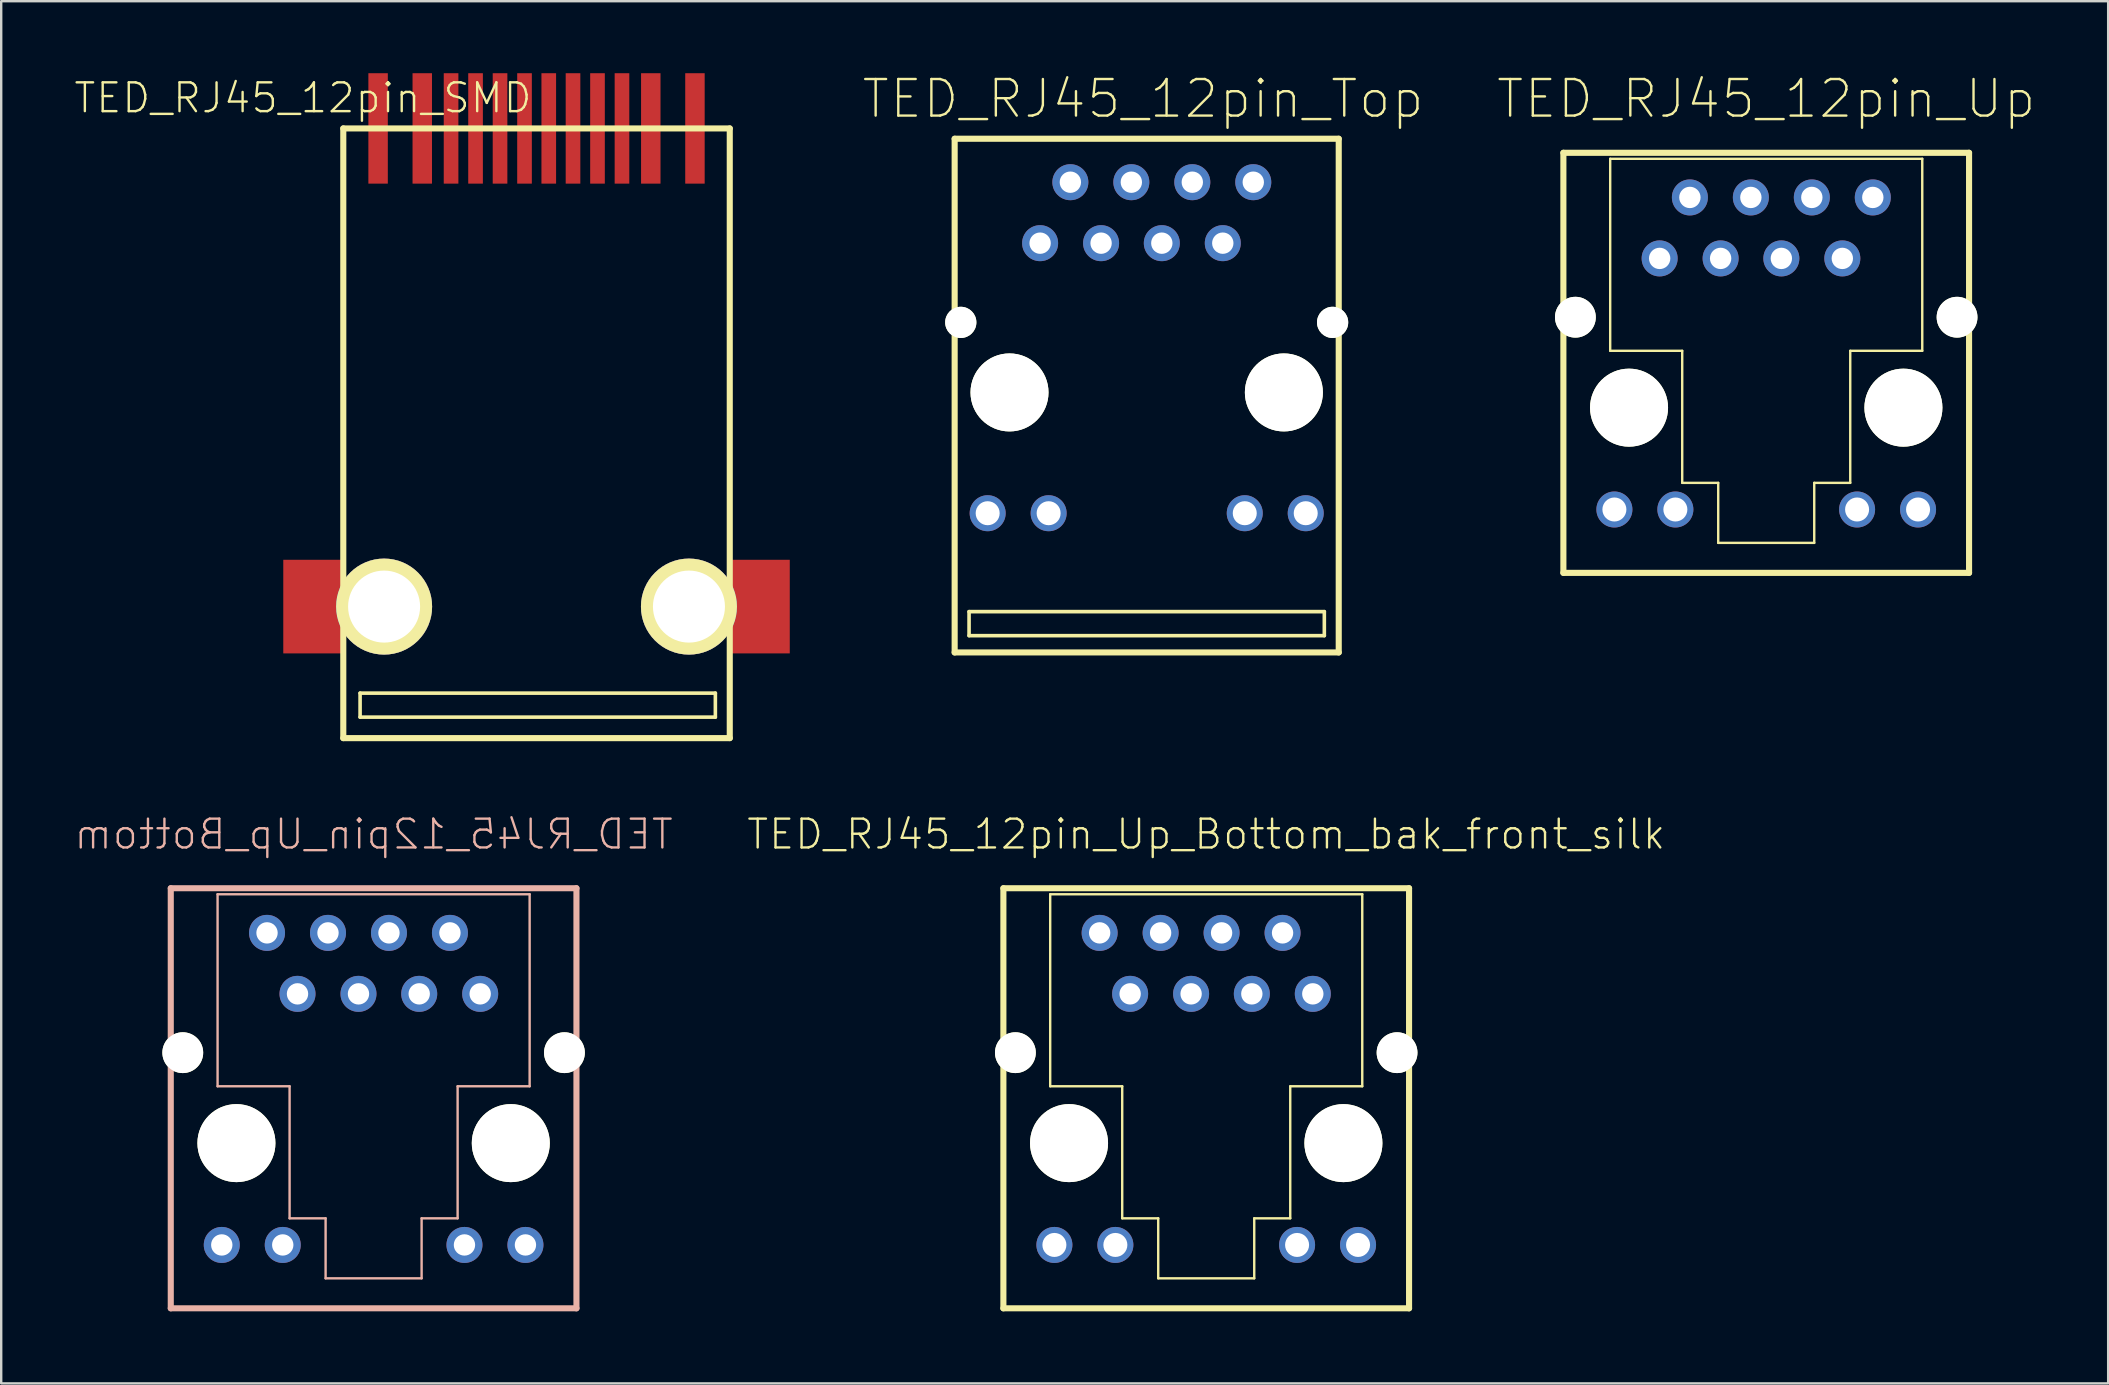
<source format=kicad_pcb>
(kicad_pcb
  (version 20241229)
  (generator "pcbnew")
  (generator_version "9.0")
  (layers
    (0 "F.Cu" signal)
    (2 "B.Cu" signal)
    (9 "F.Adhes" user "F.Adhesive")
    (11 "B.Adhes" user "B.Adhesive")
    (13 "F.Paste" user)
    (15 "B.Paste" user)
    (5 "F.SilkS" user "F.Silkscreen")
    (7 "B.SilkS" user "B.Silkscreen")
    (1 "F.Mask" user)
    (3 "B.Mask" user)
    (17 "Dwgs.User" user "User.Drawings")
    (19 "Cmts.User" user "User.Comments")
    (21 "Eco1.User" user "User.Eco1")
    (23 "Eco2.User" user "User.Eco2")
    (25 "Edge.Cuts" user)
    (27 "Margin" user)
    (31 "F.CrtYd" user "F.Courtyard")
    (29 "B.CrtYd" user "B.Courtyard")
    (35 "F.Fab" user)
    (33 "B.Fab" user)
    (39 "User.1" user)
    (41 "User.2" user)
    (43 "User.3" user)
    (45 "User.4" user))
  (footprint "TED_RJ45_12pin_SMD"
    (layer "F.Cu")
    (at 19.301 15)
    (property "Reference" "TED_RJ45_12pin_SMD" (at -9.73 -13.97 0) (layer "F.SilkS") (effects (font (size 1.2 1.2) (thickness 0.099))))
    (attr through_hole)
    (fp_line (start -8.05 -12.7) (end 8.05 -12.7) (stroke (width 0.254) (type solid)) (layer "F.SilkS"))
    (fp_line (start -8.05 12.7) (end -8.05 -12.7) (stroke (width 0.254) (type solid)) (layer "F.SilkS"))
    (fp_line (start -7.35 10.825) (end -7.35 11.825) (stroke (width 0.15) (type solid)) (layer "F.SilkS"))
    (fp_line (start -7.35 11.825) (end 7.45 11.825) (stroke (width 0.15) (type solid)) (layer "F.SilkS"))
    (fp_line (start 7.45 10.825) (end -7.35 10.825) (stroke (width 0.15) (type solid)) (layer "F.SilkS"))
    (fp_line (start 7.45 11.825) (end 7.45 10.825) (stroke (width 0.15) (type solid)) (layer "F.SilkS"))
    (fp_line (start 8.05 -12.7) (end 8.05 12.7) (stroke (width 0.254) (type solid)) (layer "F.SilkS"))
    (fp_line (start 8.05 12.7) (end -8.05 12.7) (stroke (width 0.254) (type solid)) (layer "F.SilkS"))
    (pad "" connect rect (at -9.3 7.22) (size 2.5 3.9) (layers "F.Cu" "F.Mask" "F.Paste"))
    (pad "" np_thru_hole circle (at -6.35 7.22) (size 4 4) (drill 3) (layers "*.Cu" "*.Mask" "F.SilkS"))
    (pad "" np_thru_hole circle (at 6.35 7.22) (size 4 4) (drill 3) (layers "*.Cu" "*.Mask" "F.SilkS"))
    (pad "" connect rect (at 9.3 7.22) (size 2.5 3.9) (layers "F.Cu" "F.Mask" "F.Paste"))
    (pad "1" smd rect (at 6.6 -12.7) (size 0.81 4.6) (layers "F.Cu" "F.Mask" "F.Paste"))
    (pad "2" smd rect (at 4.76 -12.7) (size 0.81 4.6) (layers "F.Cu" "F.Mask" "F.Paste"))
    (pad "3" smd rect (at 3.56 -12.7) (size 0.61 4.6) (layers "F.Cu" "F.Mask" "F.Paste"))
    (pad "4" smd rect (at 2.54 -12.7) (size 0.61 4.6) (layers "F.Cu" "F.Mask" "F.Paste"))
    (pad "5" smd rect (at 1.52 -12.7) (size 0.61 4.6) (layers "F.Cu" "F.Mask" "F.Paste"))
    (pad "6" smd rect (at 0.51 -12.7) (size 0.61 4.6) (layers "F.Cu" "F.Mask" "F.Paste"))
    (pad "7" smd rect (at -0.5 -12.7) (size 0.61 4.6) (layers "F.Cu" "F.Mask" "F.Paste"))
    (pad "8" smd rect (at -1.52 -12.7) (size 0.61 4.6) (layers "F.Cu" "F.Mask" "F.Paste"))
    (pad "9" smd rect (at -2.54 -12.7) (size 0.61 4.6) (layers "F.Cu" "F.Mask" "F.Paste"))
    (pad "10" smd rect (at -3.56 -12.7) (size 0.61 4.6) (layers "F.Cu" "F.Mask" "F.Paste"))
    (pad "11" smd rect (at -4.76 -12.7) (size 0.81 4.6) (layers "F.Cu" "F.Mask" "F.Paste"))
    (pad "12" smd rect (at -6.6 -12.7) (size 0.81 4.6) (layers "F.Cu" "F.Mask" "F.Paste")))
  (footprint "TED_RJ45_12pin_Up_Bottom_bak_front_silk"
    (layer "F.Cu")
    (at 47.2 44.703)
    (property "Reference" "TED_RJ45_12pin_Up_Bottom_bak_front_silk" (at 0 -13 0) (layer "F.SilkS") (effects (font (size 1.2 1.2) (thickness 0.099))))
    (attr through_hole)
    (fp_line (start -8.45 -10.75) (end 8.45 -10.75) (stroke (width 0.254) (type solid)) (layer "F.SilkS"))
    (fp_line (start -8.45 6.75) (end -8.45 -10.75) (stroke (width 0.254) (type solid)) (layer "F.SilkS"))
    (fp_line (start -6.5 -10.5) (end -6.5 -2.5) (stroke (width 0.1) (type solid)) (layer "F.SilkS"))
    (fp_line (start -6.5 -2.5) (end -3.5 -2.5) (stroke (width 0.1) (type solid)) (layer "F.SilkS"))
    (fp_line (start -3.5 -2.5) (end -3.5 3) (stroke (width 0.1) (type solid)) (layer "F.SilkS"))
    (fp_line (start -3.5 3) (end -2 3) (stroke (width 0.1) (type solid)) (layer "F.SilkS"))
    (fp_line (start -2 3) (end -2 5.5) (stroke (width 0.1) (type solid)) (layer "F.SilkS"))
    (fp_line (start -2 5.5) (end 2 5.5) (stroke (width 0.1) (type solid)) (layer "F.SilkS"))
    (fp_line (start 2 3) (end 3.5 3) (stroke (width 0.1) (type solid)) (layer "F.SilkS"))
    (fp_line (start 2 5.5) (end 2 3) (stroke (width 0.1) (type solid)) (layer "F.SilkS"))
    (fp_line (start 3.5 -2.5) (end 6.5 -2.5) (stroke (width 0.1) (type solid)) (layer "F.SilkS"))
    (fp_line (start 3.5 3) (end 3.5 -2.5) (stroke (width 0.1) (type solid)) (layer "F.SilkS"))
    (fp_line (start 6.5 -10.5) (end -6.5 -10.5) (stroke (width 0.1) (type solid)) (layer "F.SilkS"))
    (fp_line (start 6.5 -2.5) (end 6.5 -10.5) (stroke (width 0.1) (type solid)) (layer "F.SilkS"))
    (fp_line (start 8.45 -10.75) (end 8.45 6.75) (stroke (width 0.254) (type solid)) (layer "F.SilkS"))
    (fp_line (start 8.45 6.75) (end -8.45 6.75) (stroke (width 0.254) (type solid)) (layer "F.SilkS"))
    (pad "" np_thru_hole circle (at -7.95 -3.9) (size 1.7 1.7) (drill 1.7) (layers "*.Mask" "B.Cu" "F.SilkS"))
    (pad "" np_thru_hole circle (at -5.715 -0.132) (size 3.25 3.25) (drill 3.25) (layers "*.Mask" "B.Cu" "F.SilkS"))
    (pad "" np_thru_hole circle (at 5.715 -0.132) (size 3.25 3.25) (drill 3.25) (layers "*.Mask" "B.Cu" "F.SilkS"))
    (pad "" np_thru_hole circle (at 7.95 -3.9) (size 1.7 1.7) (drill 1.7) (layers "*.Mask" "B.Cu" "F.SilkS"))
    (pad "1" thru_hole circle (at 4.44 -6.35) (size 1.5 1.5) (drill 0.89) (layers "*.Mask" "F.Cu" "F.Paste"))
    (pad "2" thru_hole circle (at 3.18 -8.89) (size 1.5 1.5) (drill 0.89) (layers "*.Mask" "F.Cu" "F.Paste"))
    (pad "3" thru_hole circle (at 1.9 -6.35) (size 1.5 1.5) (drill 0.89) (layers "*.Mask" "F.Cu" "F.Paste"))
    (pad "4" thru_hole circle (at 0.64 -8.89) (size 1.5 1.5) (drill 0.89) (layers "*.Mask" "F.Cu" "F.Paste"))
    (pad "5" thru_hole circle (at -0.63 -6.35) (size 1.5 1.5) (drill 0.89) (layers "*.Mask" "F.Cu" "F.Paste"))
    (pad "6" thru_hole circle (at -1.9 -8.89) (size 1.5 1.5) (drill 0.89) (layers "*.Mask" "F.Cu" "F.Paste"))
    (pad "7" thru_hole circle (at -3.17 -6.35) (size 1.5 1.5) (drill 0.89) (layers "*.Mask" "F.Cu" "F.Paste"))
    (pad "8" thru_hole circle (at -4.44 -8.89) (size 1.5 1.5) (drill 0.89) (layers "*.Mask" "F.Cu" "F.Paste"))
    (pad "9" thru_hole circle (at 6.325 4.11) (size 1.5 1.5) (drill 1) (layers "*.Mask" "F.Cu" "F.Paste"))
    (pad "10" thru_hole circle (at 3.785 4.11) (size 1.5 1.5) (drill 1) (layers "*.Mask" "F.Cu" "F.Paste"))
    (pad "11" thru_hole circle (at -3.785 4.11) (size 1.5 1.5) (drill 1) (layers "*.Mask" "F.Cu" "F.Paste"))
    (pad "12" thru_hole circle (at -6.325 4.11) (size 1.5 1.5) (drill 1) (layers "*.Mask" "F.Cu" "F.Paste")))
  (footprint "TED_RJ45_12pin_Top"
    (layer "F.Cu")
    (at 44.72 13.43)
    (property "Reference" "TED_RJ45_12pin_Top" (at -0.152 -12.365 0) (layer "F.SilkS") (effects (font (size 1.524 1.524) (thickness 0.099))))
    (attr through_hole)
    (fp_line (start -8 -10.7) (end 8 -10.7) (stroke (width 0.254) (type solid)) (layer "F.SilkS"))
    (fp_line (start -8 10.7) (end -8 -10.7) (stroke (width 0.254) (type solid)) (layer "F.SilkS"))
    (fp_line (start -7.4 9) (end -7.4 10) (stroke (width 0.15) (type solid)) (layer "F.SilkS"))
    (fp_line (start -7.4 10) (end 7.4 10) (stroke (width 0.15) (type solid)) (layer "F.SilkS"))
    (fp_line (start 7.4 9) (end -7.4 9) (stroke (width 0.15) (type solid)) (layer "F.SilkS"))
    (fp_line (start 7.4 10) (end 7.4 9) (stroke (width 0.15) (type solid)) (layer "F.SilkS"))
    (fp_line (start 8 -10.7) (end 8 10.7) (stroke (width 0.254) (type solid)) (layer "F.SilkS"))
    (fp_line (start 8 10.7) (end -8 10.7) (stroke (width 0.254) (type solid)) (layer "F.SilkS"))
    (pad "" np_thru_hole circle (at -7.745 -3.05) (size 1.3 1.3) (drill 1.3) (layers "*.Mask" "B.Cu" "F.SilkS"))
    (pad "" np_thru_hole circle (at -5.715 -0.132) (size 3.25 3.25) (drill 3.25) (layers "*.Mask" "B.Cu" "F.SilkS"))
    (pad "" np_thru_hole circle (at 5.715 -0.132) (size 3.25 3.25) (drill 3.25) (layers "*.Mask" "B.Cu" "F.SilkS"))
    (pad "" np_thru_hole circle (at 7.745 -3.05) (size 1.3 1.3) (drill 1.3) (layers "*.Mask" "B.Cu" "F.SilkS"))
    (pad "1" thru_hole circle (at -4.44 -6.35) (size 1.5 1.5) (drill 0.89) (layers "*.Mask" "B.Cu" "B.Paste"))
    (pad "2" thru_hole circle (at -3.18 -8.89) (size 1.5 1.5) (drill 0.89) (layers "*.Mask" "B.Cu" "B.Paste"))
    (pad "3" thru_hole circle (at -1.9 -6.35) (size 1.5 1.5) (drill 0.89) (layers "*.Mask" "B.Cu" "B.Paste"))
    (pad "4" thru_hole circle (at -0.64 -8.89) (size 1.5 1.5) (drill 0.89) (layers "*.Mask" "B.Cu" "B.Paste"))
    (pad "5" thru_hole circle (at 0.63 -6.35) (size 1.5 1.5) (drill 0.89) (layers "*.Mask" "B.Cu" "B.Paste"))
    (pad "6" thru_hole circle (at 1.9 -8.89) (size 1.5 1.5) (drill 0.89) (layers "*.Mask" "B.Cu" "B.Paste"))
    (pad "7" thru_hole circle (at 3.17 -6.35) (size 1.5 1.5) (drill 0.89) (layers "*.Mask" "B.Cu" "B.Paste"))
    (pad "8" thru_hole circle (at 4.44 -8.89) (size 1.5 1.5) (drill 0.89) (layers "*.Mask" "B.Cu" "B.Paste"))
    (pad "9" thru_hole circle (at -6.625 4.9) (size 1.5 1.5) (drill 1) (layers "*.Mask" "B.Cu" "B.Paste"))
    (pad "10" thru_hole circle (at -4.085 4.9) (size 1.5 1.5) (drill 1) (layers "*.Mask" "B.Cu" "B.Paste"))
    (pad "11" thru_hole circle (at 4.085 4.9) (size 1.5 1.5) (drill 1) (layers "*.Mask" "B.Cu" "B.Paste"))
    (pad "12" thru_hole circle (at 6.625 4.9) (size 1.5 1.5) (drill 1) (layers "*.Mask" "B.Cu" "B.Paste")))
  (footprint "TED_RJ45_12pin_Up"
    (layer "F.Cu")
    (at 70.529 14.065)
    (property "Reference" "TED_RJ45_12pin_Up" (at 0 -13 0) (layer "F.SilkS") (effects (font (size 1.524 1.524) (thickness 0.099))))
    (attr through_hole)
    (fp_line (start -8.45 -10.75) (end 8.45 -10.75) (stroke (width 0.254) (type solid)) (layer "F.SilkS"))
    (fp_line (start -8.45 6.75) (end -8.45 -10.75) (stroke (width 0.254) (type solid)) (layer "F.SilkS"))
    (fp_line (start -6.5 -10.5) (end -6.5 -2.5) (stroke (width 0.1) (type solid)) (layer "F.SilkS"))
    (fp_line (start -6.5 -2.5) (end -3.5 -2.5) (stroke (width 0.1) (type solid)) (layer "F.SilkS"))
    (fp_line (start -3.5 -2.5) (end -3.5 3) (stroke (width 0.1) (type solid)) (layer "F.SilkS"))
    (fp_line (start -3.5 3) (end -2 3) (stroke (width 0.1) (type solid)) (layer "F.SilkS"))
    (fp_line (start -2 3) (end -2 5.5) (stroke (width 0.1) (type solid)) (layer "F.SilkS"))
    (fp_line (start -2 5.5) (end 2 5.5) (stroke (width 0.1) (type solid)) (layer "F.SilkS"))
    (fp_line (start 2 3) (end 3.5 3) (stroke (width 0.1) (type solid)) (layer "F.SilkS"))
    (fp_line (start 2 5.5) (end 2 3) (stroke (width 0.1) (type solid)) (layer "F.SilkS"))
    (fp_line (start 3.5 -2.5) (end 6.5 -2.5) (stroke (width 0.1) (type solid)) (layer "F.SilkS"))
    (fp_line (start 3.5 3) (end 3.5 -2.5) (stroke (width 0.1) (type solid)) (layer "F.SilkS"))
    (fp_line (start 6.5 -10.5) (end -6.5 -10.5) (stroke (width 0.1) (type solid)) (layer "F.SilkS"))
    (fp_line (start 6.5 -2.5) (end 6.5 -10.5) (stroke (width 0.1) (type solid)) (layer "F.SilkS"))
    (fp_line (start 8.45 -10.75) (end 8.45 6.75) (stroke (width 0.254) (type solid)) (layer "F.SilkS"))
    (fp_line (start 8.45 6.75) (end -8.45 6.75) (stroke (width 0.254) (type solid)) (layer "F.SilkS"))
    (pad "" np_thru_hole circle (at -7.95 -3.9) (size 1.7 1.7) (drill 1.7) (layers "*.Mask" "B.Cu" "F.SilkS"))
    (pad "" np_thru_hole circle (at -5.715 -0.132) (size 3.25 3.25) (drill 3.25) (layers "*.Mask" "B.Cu" "F.SilkS"))
    (pad "" np_thru_hole circle (at 5.715 -0.132) (size 3.25 3.25) (drill 3.25) (layers "*.Mask" "B.Cu" "F.SilkS"))
    (pad "" np_thru_hole circle (at 7.95 -3.9) (size 1.7 1.7) (drill 1.7) (layers "*.Mask" "B.Cu" "F.SilkS"))
    (pad "1" thru_hole circle (at -4.44 -6.35) (size 1.5 1.5) (drill 0.89) (layers "*.Mask" "B.Cu"))
    (pad "2" thru_hole circle (at -3.18 -8.89) (size 1.5 1.5) (drill 0.89) (layers "*.Mask" "B.Cu"))
    (pad "3" thru_hole circle (at -1.9 -6.35) (size 1.5 1.5) (drill 0.89) (layers "*.Mask" "B.Cu"))
    (pad "4" thru_hole circle (at -0.64 -8.89) (size 1.5 1.5) (drill 0.89) (layers "*.Mask" "B.Cu"))
    (pad "5" thru_hole circle (at 0.63 -6.35) (size 1.5 1.5) (drill 0.89) (layers "*.Mask" "B.Cu"))
    (pad "6" thru_hole circle (at 1.9 -8.89) (size 1.5 1.5) (drill 0.89) (layers "*.Mask" "B.Cu"))
    (pad "7" thru_hole circle (at 3.17 -6.35) (size 1.5 1.5) (drill 0.89) (layers "*.Mask" "B.Cu"))
    (pad "8" thru_hole circle (at 4.44 -8.89) (size 1.5 1.5) (drill 0.89) (layers "*.Mask" "B.Cu"))
    (pad "9" thru_hole circle (at -6.325 4.11) (size 1.5 1.5) (drill 1) (layers "*.Mask" "B.Cu"))
    (pad "10" thru_hole circle (at -3.785 4.11) (size 1.5 1.5) (drill 1) (layers "*.Mask" "B.Cu"))
    (pad "11" thru_hole circle (at 3.785 4.11) (size 1.5 1.5) (drill 1) (layers "*.Mask" "B.Cu"))
    (pad "12" thru_hole circle (at 6.325 4.11) (size 1.5 1.5) (drill 1) (layers "*.Mask" "B.Cu")))
  (footprint "TED_RJ45_12pin_Up_Bottom"
    (layer "F.Cu")
    (at 12.514 44.703)
    (property "Reference" "TED_RJ45_12pin_Up_Bottom" (at 0 -13 0) (layer "B.SilkS") (effects (font (size 1.2 1.2) (thickness 0.099)) (justify mirror)))
    (attr through_hole)
    (fp_line (start -8.45 -10.75) (end 8.45 -10.75) (stroke (width 0.254) (type solid)) (layer "B.SilkS"))
    (fp_line (start -8.45 6.75) (end -8.45 -10.75) (stroke (width 0.254) (type solid)) (layer "B.SilkS"))
    (fp_line (start -6.5 -10.5) (end -6.5 -2.5) (stroke (width 0.1) (type solid)) (layer "B.SilkS"))
    (fp_line (start -6.5 -2.5) (end -3.5 -2.5) (stroke (width 0.1) (type solid)) (layer "B.SilkS"))
    (fp_line (start -3.5 -2.5) (end -3.5 3) (stroke (width 0.1) (type solid)) (layer "B.SilkS"))
    (fp_line (start -3.5 3) (end -2 3) (stroke (width 0.1) (type solid)) (layer "B.SilkS"))
    (fp_line (start -2 3) (end -2 5.5) (stroke (width 0.1) (type solid)) (layer "B.SilkS"))
    (fp_line (start -2 5.5) (end 2 5.5) (stroke (width 0.1) (type solid)) (layer "B.SilkS"))
    (fp_line (start 2 3) (end 3.5 3) (stroke (width 0.1) (type solid)) (layer "B.SilkS"))
    (fp_line (start 2 5.5) (end 2 3) (stroke (width 0.1) (type solid)) (layer "B.SilkS"))
    (fp_line (start 3.5 -2.5) (end 6.5 -2.5) (stroke (width 0.1) (type solid)) (layer "B.SilkS"))
    (fp_line (start 3.5 3) (end 3.5 -2.5) (stroke (width 0.1) (type solid)) (layer "B.SilkS"))
    (fp_line (start 6.5 -10.5) (end -6.5 -10.5) (stroke (width 0.1) (type solid)) (layer "B.SilkS"))
    (fp_line (start 6.5 -2.5) (end 6.5 -10.5) (stroke (width 0.1) (type solid)) (layer "B.SilkS"))
    (fp_line (start 8.45 -10.75) (end 8.45 6.75) (stroke (width 0.254) (type solid)) (layer "B.SilkS"))
    (fp_line (start 8.45 6.75) (end -8.45 6.75) (stroke (width 0.254) (type solid)) (layer "B.SilkS"))
    (pad "" np_thru_hole circle (at -7.95 -3.9) (size 1.7 1.7) (drill 1.7) (layers "*.Mask" "B.Cu" "F.SilkS"))
    (pad "" np_thru_hole circle (at -5.715 -0.132) (size 3.25 3.25) (drill 3.25) (layers "*.Mask" "B.Cu" "F.SilkS"))
    (pad "" np_thru_hole circle (at 5.715 -0.132) (size 3.25 3.25) (drill 3.25) (layers "*.Mask" "B.Cu" "F.SilkS"))
    (pad "" np_thru_hole circle (at 7.95 -3.9) (size 1.7 1.7) (drill 1.7) (layers "*.Mask" "B.Cu" "F.SilkS"))
    (pad "1" thru_hole circle (at 4.44 -6.35) (size 1.5 1.5) (drill 0.89) (layers "*.Mask" "F.Cu"))
    (pad "2" thru_hole circle (at 3.18 -8.89) (size 1.5 1.5) (drill 0.89) (layers "*.Mask" "F.Cu"))
    (pad "3" thru_hole circle (at 1.9 -6.35) (size 1.5 1.5) (drill 0.89) (layers "*.Mask" "F.Cu"))
    (pad "4" thru_hole circle (at 0.64 -8.89) (size 1.5 1.5) (drill 0.89) (layers "*.Mask" "F.Cu"))
    (pad "5" thru_hole circle (at -0.63 -6.35) (size 1.5 1.5) (drill 0.89) (layers "*.Mask" "F.Cu"))
    (pad "6" thru_hole circle (at -1.9 -8.89) (size 1.5 1.5) (drill 0.89) (layers "*.Mask" "F.Cu"))
    (pad "7" thru_hole circle (at -3.17 -6.35) (size 1.5 1.5) (drill 0.89) (layers "*.Mask" "F.Cu"))
    (pad "8" thru_hole circle (at -4.44 -8.89) (size 1.5 1.5) (drill 0.89) (layers "*.Mask" "F.Cu"))
    (pad "9" thru_hole circle (at 6.325 4.11) (size 1.5 1.5) (drill 0.89) (layers "*.Mask" "F.Cu"))
    (pad "10" thru_hole circle (at 3.785 4.11) (size 1.5 1.5) (drill 0.89) (layers "*.Mask" "F.Cu"))
    (pad "11" thru_hole circle (at -3.785 4.11) (size 1.5 1.5) (drill 0.89) (layers "*.Mask" "F.Cu"))
    (pad "12" thru_hole circle (at -6.325 4.11) (size 1.5 1.5) (drill 0.89) (layers "*.Mask" "F.Cu")))
  (gr_rect
    (start -3 -3)
    (end 84.774 54.58)
    (stroke (width 0.1) (type default))
    (fill no)
    (layer "Edge.Cuts")))
</source>
